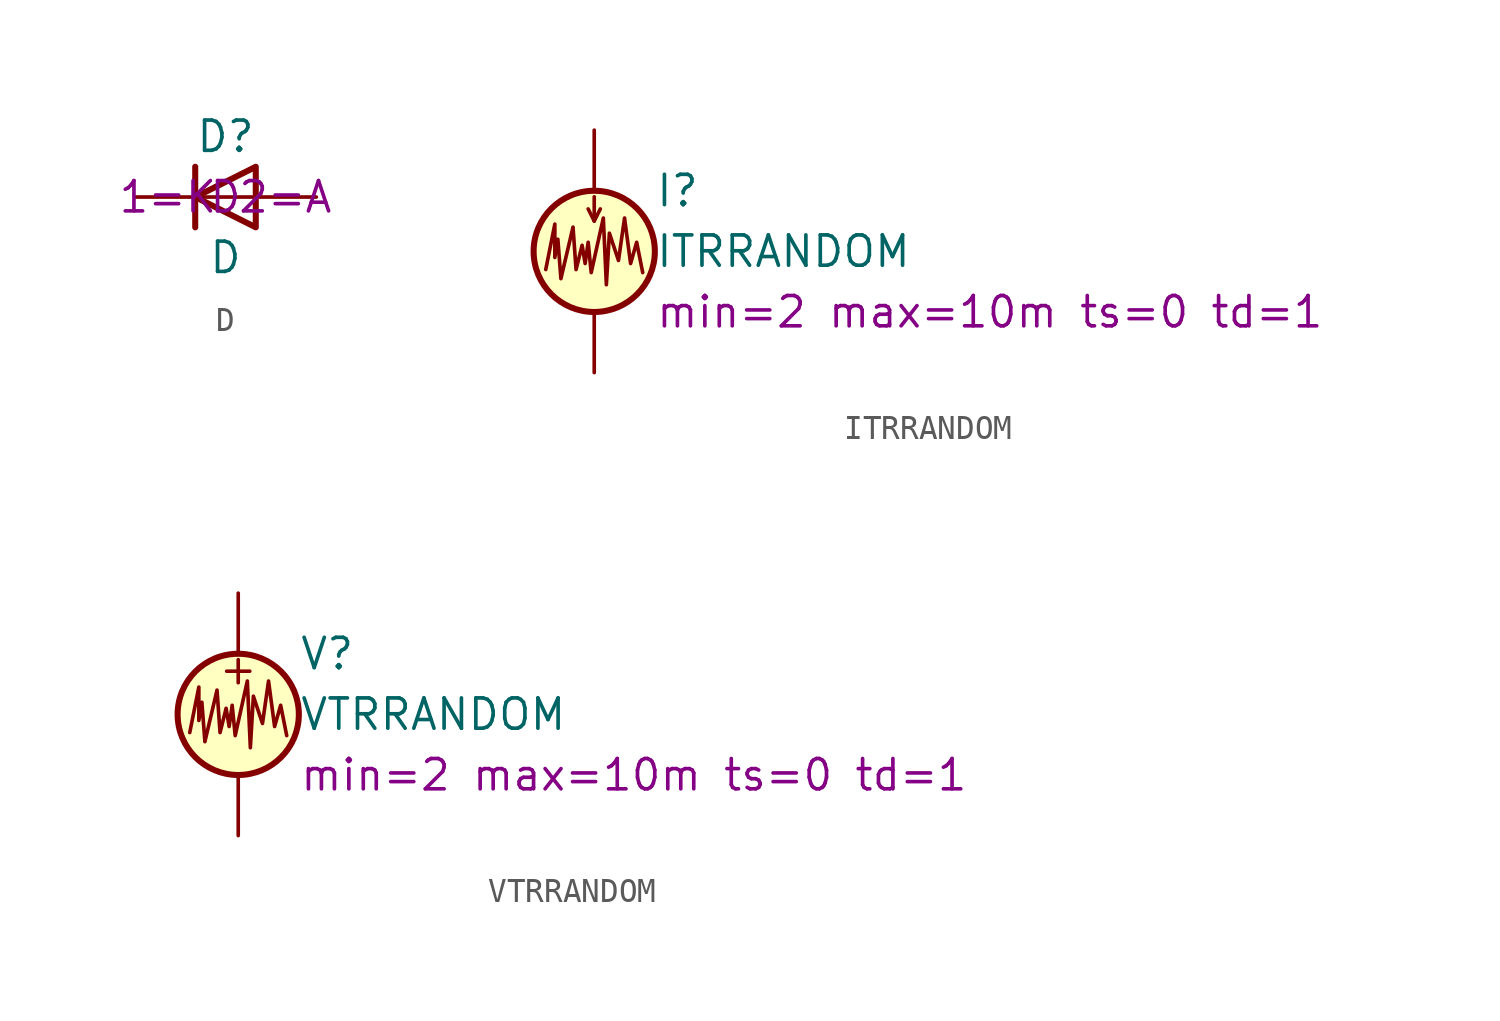
<source format=kicad_sym>
(kicad_symbol_lib
  (version 20231120)
  (generator "kicad_symbol_editor")
  (generator_version "8.0")
  (symbol "D"
    (pin_numbers hide)
    (pin_names
      (offset 1.016) hide)
    (property "Reference" "D"
      (at 0 2.54 0)
      (effects (font (size 1.27 1.27))))
    (property "Value" "D"
      (at 0 -2.54 0)
      (effects (font (size 1.27 1.27))))
    (property "Sim.Device" "D"
      (at 0 0 0)
      (effects (font (size 1.27 1.27))))
    (property "Sim.Pins" "1=K 2=A"
      (at 0 0 0)
      (effects (font (size 1.27 1.27))))
    (symbol "D_0_1"
      (polyline (pts (xy -1.27 1.27) (xy -1.27 -1.27)) (stroke (width 0.254) (type default)) (fill (type none)))
      (polyline (pts (xy 1.27 0) (xy -1.27 0)) (stroke (width 0) (type default)) (fill (type none)))
      (polyline (pts (xy 1.27 1.27) (xy 1.27 -1.27) (xy -1.27 0) (xy 1.27 1.27)) (stroke (width 0.254) (type default)) (fill (type none))))
    (symbol "D_1_1"
      (pin passive line (at -3.81 0 0) (length 2.54) (name "K" (effects (font (size 1.27 1.27)))) (number "1" (effects (font (size 1.27 1.27)))))
      (pin passive line (at 3.81 0 180) (length 2.54) (name "A" (effects (font (size 1.27 1.27)))) (number "2" (effects (font (size 1.27 1.27)))))))
  (symbol "ITRRANDOM"
    (pin_numbers hide)
    (pin_names
      (offset 0.025))
    (property "Reference" "I"
      (at 2.54 2.54 0)
      (effects (font (size 1.27 1.27)) (justify left)))
    (property "Value" "ITRRANDOM"
      (at 2.54 0 0)
      (effects (font (size 1.27 1.27)) (justify left)))
    (property "Sim.Params" "min=2 max=10m ts=0 td=1"
      (at 2.54 -2.54 0)
      (effects (font (size 1.27 1.27)) (justify left)))
    (symbol "ITRRANDOM_0_1"
      (polyline (pts (xy 0 1.27) (xy 0 2.286)) (stroke (width 0) (type default)) (fill (type none)))
      (polyline (pts (xy -0.254 1.778) (xy 0 1.27) (xy 0.254 1.778)) (stroke (width 0) (type default)) (fill (type none)))
      (polyline (pts (xy -2.032 -0.762) (xy -1.651 1.143) (xy -1.651 -0.254) (xy -1.524 0.508) (xy -1.397 -1.143) (xy -0.889 1.016) (xy -0.762 -0.762) (xy -0.508 0.254) (xy -0.381 -0.508) (xy -0.254 0.381) (xy -0.127 -0.889) (xy 0.381 1.397) (xy 0.508 -1.397) (xy 0.635 0.762) (xy 1.016 -0.381) (xy 1.27 1.397) (xy 1.524 -0.508) (xy 1.778 0.381) (xy 2.032 -0.889)) (stroke (width 0) (type default)) (fill (type none)))
      (circle (center 0 0) (radius 2.54) (stroke (width 0.254) (type default)) (fill (type background))))
    (symbol "ITRRANDOM_1_1"
      (pin passive line (at 0 5.08 270) (length 2.54) (name "~" (effects (font (size 1.27 1.27)))) (number "1" (effects (font (size 1.27 1.27)))))
      (pin passive line (at 0 -5.08 90) (length 2.54) (name "~" (effects (font (size 1.27 1.27)))) (number "2" (effects (font (size 1.27 1.27)))))))
  (symbol "VTRRANDOM"
    (pin_numbers hide)
    (pin_names
      (offset 0.025))
    (property "Reference" "V"
      (at 2.54 2.54 0)
      (effects (font (size 1.27 1.27)) (justify left)))
    (property "Value" "VTRRANDOM"
      (at 2.54 0 0)
      (effects (font (size 1.27 1.27)) (justify left)))
    (property "Sim.Params" "min=2 max=10m ts=0 td=1"
      (at 2.54 -2.54 0)
      (effects (font (size 1.27 1.27)) (justify left)))
    (symbol "VTRRANDOM_0_0"
      (text "+" (at 0 1.905 0) (effects (font (size 1.27 1.27)))))
    (symbol "VTRRANDOM_0_1"
      (polyline (pts (xy -2.032 -0.762) (xy -1.651 1.143) (xy -1.651 -0.254) (xy -1.524 0.508) (xy -1.397 -1.143) (xy -0.889 1.016) (xy -0.762 -0.762) (xy -0.508 0.254) (xy -0.381 -0.508) (xy -0.254 0.381) (xy -0.127 -0.889) (xy 0.381 1.397) (xy 0.508 -1.397) (xy 0.635 0.762) (xy 1.016 -0.381) (xy 1.27 1.397) (xy 1.524 -0.508) (xy 1.778 0.381) (xy 2.032 -0.889)) (stroke (width 0) (type default)) (fill (type none)))
      (circle (center 0 0) (radius 2.54) (stroke (width 0.254) (type default)) (fill (type background))))
    (symbol "VTRRANDOM_1_1"
      (pin passive line (at 0 5.08 270) (length 2.54) (name "~" (effects (font (size 1.27 1.27)))) (number "1" (effects (font (size 1.27 1.27)))))
      (pin passive line (at 0 -5.08 90) (length 2.54) (name "~" (effects (font (size 1.27 1.27)))) (number "2" (effects (font (size 1.27 1.27))))))))
</source>
